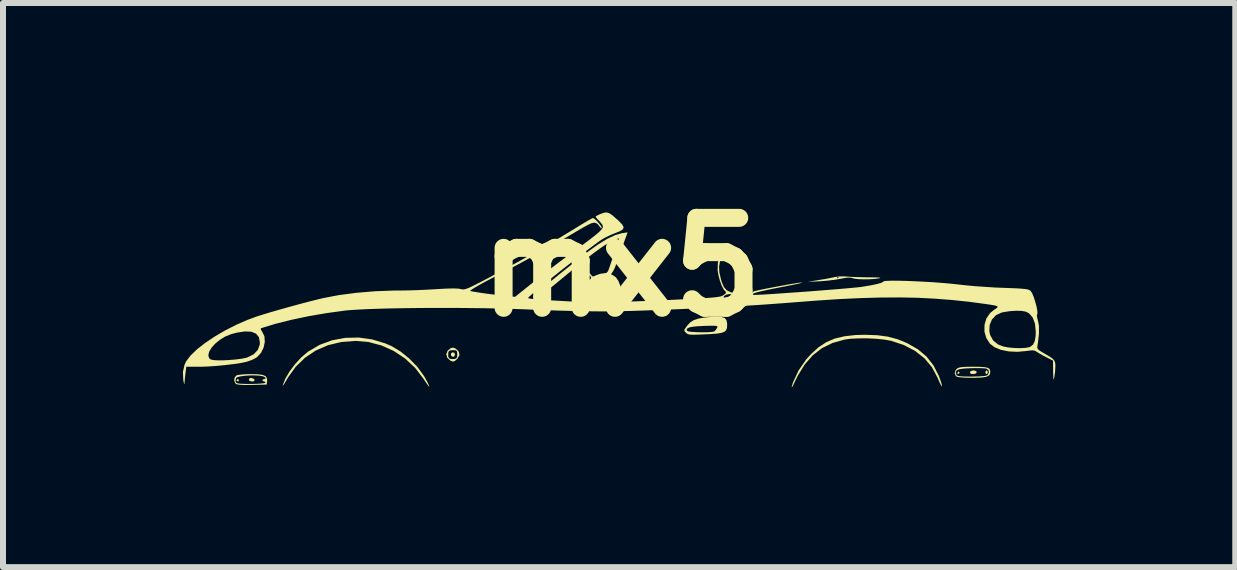
<source format=kicad_pcb>
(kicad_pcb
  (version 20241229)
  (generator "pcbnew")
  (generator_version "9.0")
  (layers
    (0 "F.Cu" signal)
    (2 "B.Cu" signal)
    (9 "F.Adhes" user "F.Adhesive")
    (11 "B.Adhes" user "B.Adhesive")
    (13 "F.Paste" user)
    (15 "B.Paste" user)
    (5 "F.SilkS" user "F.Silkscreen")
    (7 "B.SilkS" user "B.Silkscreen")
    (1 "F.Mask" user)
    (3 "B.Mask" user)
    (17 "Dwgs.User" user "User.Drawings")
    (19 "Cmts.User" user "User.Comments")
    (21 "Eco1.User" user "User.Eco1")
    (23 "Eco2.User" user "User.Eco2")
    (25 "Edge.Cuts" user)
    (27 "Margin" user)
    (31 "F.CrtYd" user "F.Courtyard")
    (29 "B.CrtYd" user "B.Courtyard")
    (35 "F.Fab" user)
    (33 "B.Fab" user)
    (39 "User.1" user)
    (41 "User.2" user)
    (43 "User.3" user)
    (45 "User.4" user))
  (footprint "mx5"
    (layer "F.Cu")
    (at 7.311 1.404)
    (property "Reference" "mx5" (at 0 0 0) (layer "F.SilkS") (effects (font (size 1.5 1.5) (thickness 0.3))))
    (attr board_only exclude_from_pos_files exclude_from_bom)
    (fp_poly (pts (xy 5.639 1.754) (xy 5.627 1.775) (xy 5.616 1.78) (xy 5.599 1.774) (xy 5.6 1.764) (xy 5.617 1.742) (xy 5.623 1.741)) (stroke (width 0) (type solid)) (fill yes) (layer "F.SilkS"))
    (fp_poly (pts (xy -6.376 1.881) (xy -6.376 1.886) (xy -6.391 1.906) (xy -6.396 1.907) (xy -6.416 1.891) (xy -6.417 1.886) (xy -6.401 1.866) (xy -6.396 1.866)) (stroke (width 0) (type solid)) (fill yes) (layer "F.SilkS"))
    (fp_poly (pts (xy -6.126 1.864) (xy -6.114 1.886) (xy -6.134 1.903) (xy -6.159 1.907) (xy -6.202 1.896) (xy -6.212 1.874) (xy -6.196 1.85) (xy -6.167 1.849)) (stroke (width 0) (type solid)) (fill yes) (layer "F.SilkS"))
    (fp_poly (pts (xy 6.107 1.739) (xy 6.109 1.753) (xy 6.098 1.78) (xy 6.089 1.784) (xy 6.07 1.767) (xy 6.068 1.753) (xy 6.079 1.726) (xy 6.089 1.722)) (stroke (width 0) (type solid)) (fill yes) (layer "F.SilkS"))
    (fp_poly (pts (xy -2.791 1.425) (xy -2.786 1.429) (xy -2.774 1.461) (xy -2.789 1.49) (xy -2.809 1.497) (xy -2.835 1.482) (xy -2.84 1.474) (xy -2.843 1.443) (xy -2.821 1.422)) (stroke (width 0) (type solid)) (fill yes) (layer "F.SilkS"))
    (fp_poly (pts (xy 5.915 1.733) (xy 5.925 1.753) (xy 5.908 1.774) (xy 5.87 1.784) (xy 5.83 1.779) (xy 5.816 1.77) (xy 5.81 1.746) (xy 5.836 1.728) (xy 5.875 1.722)) (stroke (width 0) (type solid)) (fill yes) (layer "F.SilkS"))
    (fp_poly (pts (xy -2.759 1.361) (xy -2.71 1.41) (xy -2.7 1.466) (xy -2.731 1.523) (xy -2.737 1.53) (xy -2.779 1.566) (xy -2.81 1.575) (xy -2.848 1.56) (xy -2.854 1.557) (xy -2.905 1.509) (xy -2.92 1.451) (xy -2.912 1.431) (xy -2.887 1.431) (xy -2.887 1.495) (xy -2.862 1.528) (xy -2.808 1.534) (xy -2.804 1.534) (xy -2.759 1.525) (xy -2.74 1.503) (xy -2.737 1.456) (xy -2.74 1.407) (xy -2.758 1.388) (xy -2.803 1.384) (xy -2.809 1.384) (xy -2.859 1.389) (xy -2.881 1.408) (xy -2.887 1.431) (xy -2.912 1.431) (xy -2.899 1.395) (xy -2.848 1.352) (xy -2.804 1.341)) (stroke (width 0) (type solid)) (fill yes) (layer "F.SilkS"))
    (fp_poly (pts (xy -4.155 1.205) (xy -3.933 1.273) (xy -3.836 1.315) (xy -3.685 1.405) (xy -3.538 1.524) (xy -3.404 1.661) (xy -3.297 1.807) (xy -3.273 1.847) (xy -3.228 1.931) (xy -3.205 1.981) (xy -3.203 1.996) (xy -3.221 1.976) (xy -3.261 1.921) (xy -3.297 1.866) (xy -3.439 1.68) (xy -3.607 1.523) (xy -3.797 1.397) (xy -4.003 1.305) (xy -4.221 1.248) (xy -4.431 1.23) (xy -4.669 1.248) (xy -4.891 1.301) (xy -5.094 1.389) (xy -5.274 1.509) (xy -5.431 1.661) (xy -5.561 1.842) (xy -5.574 1.866) (xy -5.611 1.928) (xy -5.636 1.966) (xy -5.648 1.976) (xy -5.647 1.968) (xy -5.603 1.858) (xy -5.532 1.738) (xy -5.441 1.617) (xy -5.338 1.505) (xy -5.231 1.414) (xy -5.223 1.408) (xy -5.032 1.296) (xy -4.825 1.22) (xy -4.606 1.179) (xy -4.381 1.174)) (stroke (width 0) (type solid)) (fill yes) (layer "F.SilkS"))
    (fp_poly (pts (xy 3.762 0.157) (xy 3.833 0.162) (xy 3.932 0.166) (xy 4.043 0.169) (xy 4.131 0.17) (xy 4.232 0.171) (xy 4.294 0.174) (xy 4.318 0.178) (xy 4.307 0.184) (xy 4.295 0.187) (xy 4.22 0.197) (xy 4.13 0.202) (xy 4.035 0.203) (xy 3.949 0.2) (xy 3.883 0.192) (xy 3.852 0.183) (xy 3.815 0.174) (xy 3.755 0.176) (xy 3.666 0.192) (xy 3.653 0.194) (xy 3.556 0.211) (xy 3.439 0.225) (xy 3.325 0.235) (xy 3.301 0.236) (xy 3.106 0.245) (xy 3.29 0.215) (xy 3.384 0.2) (xy 3.473 0.183) (xy 3.532 0.171) (xy 3.594 0.171) (xy 3.597 0.183) (xy 3.608 0.185) (xy 3.625 0.177) (xy 3.622 0.171) (xy 3.597 0.168) (xy 3.594 0.171) (xy 3.532 0.171) (xy 3.541 0.169) (xy 3.557 0.165) (xy 3.624 0.156) (xy 3.709 0.154)) (stroke (width 0) (type solid)) (fill yes) (layer "F.SilkS"))
    (fp_poly (pts (xy 4.266 1.135) (xy 4.443 1.159) (xy 4.604 1.202) (xy 4.761 1.266) (xy 4.766 1.269) (xy 4.945 1.371) (xy 5.089 1.493) (xy 5.202 1.637) (xy 5.29 1.808) (xy 5.301 1.837) (xy 5.332 1.924) (xy 5.345 1.975) (xy 5.343 1.989) (xy 5.326 1.965) (xy 5.297 1.905) (xy 5.27 1.841) (xy 5.178 1.669) (xy 5.054 1.521) (xy 4.897 1.397) (xy 4.71 1.299) (xy 4.5 1.229) (xy 4.389 1.209) (xy 4.25 1.195) (xy 4.099 1.187) (xy 3.949 1.188) (xy 3.812 1.195) (xy 3.72 1.208) (xy 3.521 1.264) (xy 3.345 1.35) (xy 3.191 1.469) (xy 3.057 1.622) (xy 2.94 1.811) (xy 2.897 1.899) (xy 2.864 1.968) (xy 2.844 2.002) (xy 2.838 2.001) (xy 2.848 1.964) (xy 2.86 1.925) (xy 2.954 1.722) (xy 3.084 1.535) (xy 3.167 1.444) (xy 3.289 1.334) (xy 3.417 1.251) (xy 3.557 1.191) (xy 3.717 1.153) (xy 3.902 1.132) (xy 4.063 1.128)) (stroke (width 0) (type solid)) (fill yes) (layer "F.SilkS"))
    (fp_poly (pts (xy 5.981 1.662) (xy 6.06 1.668) (xy 6.111 1.68) (xy 6.139 1.7) (xy 6.149 1.73) (xy 6.15 1.745) (xy 6.144 1.785) (xy 6.121 1.812) (xy 6.077 1.83) (xy 6.005 1.841) (xy 5.9 1.845) (xy 5.845 1.845) (xy 5.719 1.843) (xy 5.632 1.836) (xy 5.586 1.824) (xy 5.58 1.82) (xy 5.557 1.773) (xy 5.563 1.749) (xy 5.575 1.749) (xy 5.581 1.788) (xy 5.582 1.791) (xy 5.594 1.806) (xy 5.619 1.815) (xy 5.664 1.821) (xy 5.738 1.824) (xy 5.838 1.825) (xy 5.965 1.822) (xy 6.052 1.815) (xy 6.099 1.804) (xy 6.105 1.8) (xy 6.128 1.756) (xy 6.119 1.714) (xy 6.083 1.691) (xy 6.044 1.687) (xy 5.975 1.684) (xy 5.887 1.684) (xy 5.824 1.685) (xy 5.712 1.691) (xy 5.636 1.702) (xy 5.591 1.721) (xy 5.575 1.749) (xy 5.563 1.749) (xy 5.571 1.72) (xy 5.593 1.694) (xy 5.618 1.679) (xy 5.657 1.669) (xy 5.718 1.663) (xy 5.808 1.661) (xy 5.866 1.661)) (stroke (width 0) (type solid)) (fill yes) (layer "F.SilkS"))
    (fp_poly (pts (xy -6.06 1.786) (xy -5.982 1.797) (xy -5.934 1.817) (xy -5.911 1.85) (xy -5.907 1.897) (xy -5.908 1.904) (xy -5.914 1.958) (xy -6.161 1.964) (xy -6.281 1.965) (xy -6.364 1.961) (xy -6.415 1.953) (xy -6.432 1.944) (xy -6.455 1.898) (xy -6.455 1.892) (xy -6.434 1.892) (xy -6.431 1.914) (xy -6.419 1.929) (xy -6.394 1.939) (xy -6.347 1.944) (xy -6.273 1.947) (xy -6.183 1.948) (xy -6.084 1.946) (xy -6.004 1.941) (xy -5.952 1.934) (xy -5.935 1.927) (xy -5.94 1.909) (xy -5.954 1.907) (xy -5.982 1.896) (xy -5.986 1.886) (xy -5.969 1.868) (xy -5.953 1.866) (xy -5.931 1.86) (xy -5.942 1.838) (xy -5.946 1.834) (xy -5.979 1.819) (xy -6.042 1.809) (xy -6.123 1.805) (xy -6.211 1.806) (xy -6.296 1.813) (xy -6.367 1.824) (xy -6.413 1.839) (xy -6.423 1.847) (xy -6.434 1.892) (xy -6.455 1.892) (xy -6.451 1.845) (xy -6.421 1.807) (xy -6.418 1.805) (xy -6.381 1.796) (xy -6.314 1.789) (xy -6.229 1.784) (xy -6.173 1.784)) (stroke (width 0) (type solid)) (fill yes) (layer "F.SilkS"))
    (fp_poly (pts (xy 1.675 0.832) (xy 1.725 0.85) (xy 1.752 0.885) (xy 1.762 0.937) (xy 1.763 0.964) (xy 1.76 1.014) (xy 1.746 1.052) (xy 1.716 1.079) (xy 1.665 1.097) (xy 1.586 1.109) (xy 1.475 1.117) (xy 1.402 1.12) (xy 1.286 1.125) (xy 1.205 1.127) (xy 1.15 1.125) (xy 1.115 1.119) (xy 1.092 1.108) (xy 1.081 1.098) (xy 1.055 1.071) (xy 1.049 1.049) (xy 1.055 1.038) (xy 1.088 1.038) (xy 1.096 1.064) (xy 1.121 1.073) (xy 1.176 1.08) (xy 1.251 1.084) (xy 1.335 1.086) (xy 1.418 1.086) (xy 1.489 1.082) (xy 1.537 1.076) (xy 1.55 1.071) (xy 1.577 1.041) (xy 1.594 1.015) (xy 1.602 0.997) (xy 1.598 0.986) (xy 1.577 0.98) (xy 1.533 0.977) (xy 1.459 0.978) (xy 1.377 0.98) (xy 1.25 0.987) (xy 1.161 0.998) (xy 1.108 1.015) (xy 1.088 1.038) (xy 1.055 1.038) (xy 1.065 1.019) (xy 1.098 0.974) (xy 1.147 0.921) (xy 1.207 0.883) (xy 1.285 0.857) (xy 1.39 0.84) (xy 1.483 0.831) (xy 1.596 0.826)) (stroke (width 0) (type solid)) (fill yes) (layer "F.SilkS"))
    (fp_poly (pts (xy -0.201 -0.898) (xy -0.151 -0.865) (xy -0.085 -0.807) (xy -0.048 -0.774) (xy 0.012 -0.712) (xy 0.037 -0.667) (xy 0.025 -0.631) (xy -0.025 -0.599) (xy -0.087 -0.574) (xy -0.174 -0.539) (xy -0.263 -0.497) (xy -0.314 -0.468) (xy -0.363 -0.436) (xy -0.435 -0.384) (xy -0.526 -0.316) (xy -0.632 -0.236) (xy -0.748 -0.146) (xy -0.87 -0.051) (xy -0.995 0.047) (xy -1.117 0.144) (xy -1.232 0.236) (xy -1.336 0.321) (xy -1.425 0.395) (xy -1.494 0.454) (xy -1.54 0.495) (xy -1.557 0.514) (xy -1.557 0.515) (xy -1.538 0.522) (xy -1.48 0.531) (xy -1.382 0.54) (xy -1.244 0.55) (xy -1.066 0.56) (xy -0.974 0.565) (xy -0.728 0.579) (xy -0.663 0.433) (xy -0.63 0.358) (xy -0.614 0.309) (xy -0.611 0.275) (xy -0.62 0.244) (xy -0.628 0.226) (xy -0.646 0.171) (xy -0.646 0.136) (xy -0.623 0.136) (xy -0.615 0.195) (xy -0.612 0.204) (xy -0.59 0.269) (xy -0.541 0.223) (xy -0.509 0.19) (xy -0.506 0.166) (xy -0.526 0.14) (xy -0.572 0.104) (xy -0.607 0.104) (xy -0.623 0.136) (xy -0.646 0.136) (xy -0.646 0.124) (xy -0.646 0.123) (xy -0.618 0.09) (xy -0.574 0.084) (xy -0.529 0.103) (xy -0.51 0.124) (xy -0.488 0.152) (xy -0.463 0.154) (xy -0.42 0.135) (xy -0.356 0.112) (xy -0.296 0.103) (xy -0.249 0.096) (xy -0.223 0.067) (xy -0.211 0.036) (xy -0.195 -0.01) (xy -0.17 -0.084) (xy -0.137 -0.175) (xy -0.107 -0.26) (xy -0.072 -0.357) (xy -0.05 -0.421) (xy -0.041 -0.459) (xy -0.042 -0.476) (xy -0.054 -0.477) (xy -0.073 -0.471) (xy -0.136 -0.444) (xy -0.203 -0.41) (xy -0.277 -0.366) (xy -0.362 -0.308) (xy -0.461 -0.236) (xy -0.578 -0.145) (xy -0.717 -0.034) (xy -0.881 0.099) (xy -0.992 0.191) (xy -1.138 0.311) (xy -1.254 0.402) (xy -1.342 0.466) (xy -1.4 0.503) (xy -1.427 0.513) (xy -1.465 0.506) (xy -1.476 0.494) (xy -1.461 0.476) (xy -1.417 0.437) (xy -1.349 0.379) (xy -1.262 0.306) (xy -1.159 0.221) (xy -1.044 0.127) (xy -0.922 0.029) (xy -0.796 -0.071) (xy -0.672 -0.169) (xy -0.552 -0.261) (xy -0.55 -0.263) (xy -0.385 -0.381) (xy -0.234 -0.473) (xy -0.101 -0.535) (xy 0.012 -0.567) (xy 0.021 -0.568) (xy 0.103 -0.579) (xy 0.03 -0.377) (xy -0.007 -0.276) (xy -0.043 -0.173) (xy -0.074 -0.085) (xy -0.086 -0.051) (xy -0.113 0.017) (xy -0.14 0.071) (xy -0.158 0.096) (xy -0.174 0.116) (xy -0.155 0.13) (xy -0.144 0.133) (xy -0.093 0.168) (xy -0.05 0.231) (xy -0.019 0.31) (xy -0.008 0.392) (xy -0.012 0.437) (xy -0.042 0.494) (xy -0.089 0.534) (xy -0.154 0.574) (xy 0.051 0.575) (xy 0.122 0.574) (xy 0.227 0.571) (xy 0.36 0.566) (xy 0.513 0.56) (xy 0.681 0.553) (xy 0.856 0.545) (xy 0.953 0.54) (xy 1.142 0.53) (xy 1.295 0.522) (xy 1.415 0.515) (xy 1.508 0.508) (xy 1.577 0.501) (xy 1.581 0.5) (xy 1.702 0.5) (xy 1.713 0.509) (xy 1.734 0.504) (xy 1.772 0.497) (xy 1.834 0.492) (xy 1.883 0.49) (xy 1.999 0.488) (xy 1.896 0.463) (xy 1.805 0.449) (xy 1.748 0.458) (xy 1.714 0.48) (xy 1.702 0.5) (xy 1.581 0.5) (xy 1.626 0.494) (xy 1.662 0.486) (xy 1.686 0.476) (xy 1.705 0.465) (xy 1.707 0.464) (xy 1.742 0.433) (xy 1.745 0.414) (xy 1.735 0.406) (xy 1.705 0.372) (xy 1.672 0.308) (xy 1.642 0.226) (xy 1.618 0.136) (xy 1.604 0.051) (xy 1.604 0.048) (xy 1.606 -0.005) (xy 1.628 -0.005) (xy 1.633 0.087) (xy 1.658 0.196) (xy 1.673 0.249) (xy 1.709 0.333) (xy 1.757 0.387) (xy 1.827 0.42) (xy 1.856 0.428) (xy 1.937 0.443) (xy 1.988 0.44) (xy 2.021 0.414) (xy 2.045 0.363) (xy 2.047 0.359) (xy 2.063 0.262) (xy 2.06 0.144) (xy 2.04 0.02) (xy 2.004 -0.097) (xy 1.957 -0.194) (xy 1.935 -0.225) (xy 1.873 -0.274) (xy 1.809 -0.286) (xy 1.746 -0.263) (xy 1.692 -0.207) (xy 1.651 -0.121) (xy 1.642 -0.09) (xy 1.628 -0.005) (xy 1.606 -0.005) (xy 1.608 -0.075) (xy 1.64 -0.18) (xy 1.697 -0.261) (xy 1.757 -0.303) (xy 1.807 -0.324) (xy 1.844 -0.324) (xy 1.882 -0.306) (xy 1.963 -0.237) (xy 2.024 -0.134) (xy 2.062 0.002) (xy 2.079 0.17) (xy 2.08 0.208) (xy 2.079 0.299) (xy 2.073 0.36) (xy 2.061 0.4) (xy 2.042 0.428) (xy 2.015 0.463) (xy 2.017 0.479) (xy 2.053 0.481) (xy 2.096 0.477) (xy 2.15 0.463) (xy 2.173 0.441) (xy 2.173 0.439) (xy 2.19 0.413) (xy 2.219 0.4) (xy 2.303 0.381) (xy 2.41 0.359) (xy 2.53 0.336) (xy 2.654 0.313) (xy 2.772 0.291) (xy 2.874 0.274) (xy 2.952 0.262) (xy 2.983 0.258) (xy 3.012 0.257) (xy 3.004 0.262) (xy 2.96 0.274) (xy 2.884 0.29) (xy 2.85 0.297) (xy 2.666 0.333) (xy 2.518 0.362) (xy 2.404 0.386) (xy 2.318 0.405) (xy 2.258 0.42) (xy 2.219 0.432) (xy 2.198 0.442) (xy 2.192 0.451) (xy 2.195 0.459) (xy 2.198 0.462) (xy 2.22 0.463) (xy 2.278 0.461) (xy 2.367 0.457) (xy 2.482 0.45) (xy 2.617 0.441) (xy 2.768 0.43) (xy 2.93 0.419) (xy 3.097 0.407) (xy 3.265 0.394) (xy 3.428 0.381) (xy 3.582 0.369) (xy 3.721 0.357) (xy 3.841 0.346) (xy 3.936 0.337) (xy 4.001 0.33) (xy 4.016 0.327) (xy 4.155 0.304) (xy 4.261 0.282) (xy 4.332 0.262) (xy 4.364 0.245) (xy 4.367 0.24) (xy 4.386 0.232) (xy 4.441 0.228) (xy 4.525 0.226) (xy 4.633 0.227) (xy 4.759 0.23) (xy 4.898 0.236) (xy 5.043 0.243) (xy 5.189 0.251) (xy 5.331 0.262) (xy 5.462 0.273) (xy 5.577 0.285) (xy 5.597 0.287) (xy 5.731 0.302) (xy 5.892 0.317) (xy 6.065 0.329) (xy 6.235 0.34) (xy 6.36 0.345) (xy 6.504 0.35) (xy 6.613 0.355) (xy 6.692 0.361) (xy 6.747 0.367) (xy 6.784 0.375) (xy 6.808 0.386) (xy 6.825 0.399) (xy 6.826 0.4) (xy 6.849 0.437) (xy 6.875 0.499) (xy 6.899 0.574) (xy 6.92 0.651) (xy 6.933 0.719) (xy 6.937 0.768) (xy 6.932 0.784) (xy 6.927 0.813) (xy 6.937 0.866) (xy 6.944 0.888) (xy 6.962 0.981) (xy 6.962 1.107) (xy 6.945 1.26) (xy 6.937 1.304) (xy 6.933 1.34) (xy 6.943 1.366) (xy 6.972 1.392) (xy 7.029 1.426) (xy 7.045 1.436) (xy 7.131 1.485) (xy 7.186 1.523) (xy 7.218 1.558) (xy 7.232 1.596) (xy 7.236 1.645) (xy 7.235 1.659) (xy 7.231 1.739) (xy 7.22 1.819) (xy 7.217 1.835) (xy 7.209 1.868) (xy 7.204 1.872) (xy 7.201 1.844) (xy 7.199 1.779) (xy 7.198 1.738) (xy 7.196 1.559) (xy 7.088 1.504) (xy 7.019 1.468) (xy 6.957 1.432) (xy 6.929 1.414) (xy 6.894 1.394) (xy 6.854 1.387) (xy 6.795 1.392) (xy 6.755 1.398) (xy 6.603 1.412) (xy 6.458 1.405) (xy 6.328 1.379) (xy 6.22 1.335) (xy 6.146 1.278) (xy 6.083 1.181) (xy 6.052 1.073) (xy 6.053 1.066) (xy 6.134 1.066) (xy 6.148 1.132) (xy 6.198 1.223) (xy 6.28 1.289) (xy 6.37 1.324) (xy 6.451 1.339) (xy 6.548 1.348) (xy 6.647 1.351) (xy 6.736 1.346) (xy 6.801 1.335) (xy 6.813 1.33) (xy 6.861 1.295) (xy 6.891 1.237) (xy 6.906 1.151) (xy 6.908 1.07) (xy 6.895 0.941) (xy 6.857 0.84) (xy 6.796 0.77) (xy 6.744 0.743) (xy 6.676 0.73) (xy 6.582 0.727) (xy 6.476 0.734) (xy 6.373 0.75) (xy 6.334 0.759) (xy 6.244 0.802) (xy 6.178 0.873) (xy 6.14 0.964) (xy 6.134 1.066) (xy 6.053 1.066) (xy 6.054 0.961) (xy 6.085 0.856) (xy 6.147 0.766) (xy 6.208 0.716) (xy 6.252 0.686) (xy 6.273 0.666) (xy 6.267 0.652) (xy 6.231 0.64) (xy 6.161 0.628) (xy 6.089 0.617) (xy 5.799 0.578) (xy 5.514 0.548) (xy 5.229 0.526) (xy 4.939 0.511) (xy 4.639 0.505) (xy 4.324 0.507) (xy 3.989 0.516) (xy 3.629 0.533) (xy 3.238 0.559) (xy 2.814 0.592) (xy 2.778 0.595) (xy 2.573 0.61) (xy 2.34 0.627) (xy 2.084 0.643) (xy 1.812 0.658) (xy 1.529 0.674) (xy 1.242 0.688) (xy 0.956 0.701) (xy 0.678 0.712) (xy 0.414 0.722) (xy 0.169 0.73) (xy -0.049 0.735) (xy -0.235 0.738) (xy -0.306 0.738) (xy -0.459 0.737) (xy -0.644 0.734) (xy -0.849 0.73) (xy -1.065 0.724) (xy -1.281 0.717) (xy -1.488 0.709) (xy -1.568 0.705) (xy -1.787 0.697) (xy -2.026 0.69) (xy -2.279 0.685) (xy -2.543 0.682) (xy -2.811 0.68) (xy -3.08 0.68) (xy -3.344 0.681) (xy -3.598 0.684) (xy -3.838 0.688) (xy -4.059 0.694) (xy -4.256 0.701) (xy -4.424 0.71) (xy -4.558 0.719) (xy -4.613 0.725) (xy -4.912 0.766) (xy -5.211 0.817) (xy -5.5 0.878) (xy -5.768 0.945) (xy -6.003 1.016) (xy -6.016 1.03) (xy -6 1.062) (xy -5.988 1.079) (xy -5.952 1.154) (xy -5.946 1.245) (xy -5.965 1.34) (xy -6.008 1.428) (xy -6.071 1.497) (xy -6.093 1.513) (xy -6.158 1.546) (xy -6.234 1.573) (xy -6.249 1.578) (xy -6.342 1.598) (xy -6.464 1.616) (xy -6.605 1.633) (xy -6.753 1.647) (xy -6.896 1.657) (xy -7.024 1.661) (xy -7.035 1.661) (xy -7.255 1.661) (xy -7.266 1.748) (xy -7.275 1.823) (xy -7.282 1.896) (xy -7.283 1.907) (xy -7.287 1.947) (xy -7.291 1.953) (xy -7.297 1.924) (xy -7.305 1.882) (xy -7.311 1.747) (xy -7.283 1.624) (xy -7.255 1.567) (xy -7.182 1.471) (xy -7.178 1.468) (xy -6.888 1.468) (xy -6.875 1.517) (xy -6.852 1.537) (xy -6.811 1.549) (xy -6.738 1.554) (xy -6.645 1.554) (xy -6.541 1.549) (xy -6.435 1.54) (xy -6.337 1.528) (xy -6.258 1.512) (xy -6.233 1.504) (xy -6.131 1.453) (xy -6.063 1.381) (xy -6.03 1.292) (xy -6.028 1.253) (xy -6.044 1.168) (xy -6.092 1.109) (xy -6.17 1.077) (xy -6.278 1.072) (xy -6.415 1.093) (xy -6.508 1.118) (xy -6.605 1.157) (xy -6.694 1.211) (xy -6.771 1.274) (xy -6.832 1.341) (xy -6.873 1.408) (xy -6.888 1.468) (xy -7.178 1.468) (xy -7.075 1.369) (xy -6.939 1.263) (xy -6.782 1.158) (xy -6.608 1.056) (xy -6.423 0.962) (xy -6.233 0.879) (xy -6.078 0.822) (xy -5.976 0.79) (xy -5.844 0.75) (xy -5.691 0.706) (xy -5.527 0.66) (xy -5.362 0.615) (xy -5.206 0.574) (xy -5.067 0.539) (xy -4.971 0.516) (xy -4.709 0.466) (xy -4.418 0.428) (xy -4.107 0.402) (xy -3.787 0.39) (xy -3.683 0.39) (xy -3.56 0.388) (xy -3.414 0.384) (xy -3.26 0.377) (xy -3.114 0.369) (xy -3.084 0.367) (xy -2.921 0.358) (xy -2.797 0.355) (xy -2.713 0.359) (xy -2.68 0.365) (xy -2.655 0.371) (xy -2.629 0.371) (xy -2.598 0.365) (xy -2.555 0.35) (xy -2.497 0.324) (xy -2.418 0.284) (xy -2.312 0.23) (xy -2.18 0.16) (xy -1.697 -0.102) (xy -1.229 -0.369) (xy -0.789 -0.635) (xy -0.784 -0.638) (xy -0.686 -0.699) (xy -0.6 -0.75) (xy -0.532 -0.79) (xy -0.488 -0.814) (xy -0.475 -0.82) (xy -0.448 -0.805) (xy -0.409 -0.769) (xy -0.369 -0.723) (xy -0.338 -0.681) (xy -0.328 -0.656) (xy -0.337 -0.646) (xy -0.36 -0.672) (xy -0.39 -0.711) (xy -0.419 -0.734) (xy -0.453 -0.742) (xy -0.499 -0.732) (xy -0.562 -0.703) (xy -0.649 -0.655) (xy -0.744 -0.599) (xy -0.969 -0.466) (xy -1.221 -0.323) (xy -1.489 -0.173) (xy -1.763 -0.024) (xy -2.034 0.119) (xy -2.154 0.182) (xy -2.27 0.243) (xy -2.37 0.298) (xy -2.448 0.343) (xy -2.5 0.376) (xy -2.522 0.395) (xy -2.521 0.398) (xy -2.485 0.406) (xy -2.417 0.417) (xy -2.327 0.431) (xy -2.223 0.445) (xy -2.116 0.459) (xy -2.015 0.472) (xy -1.928 0.481) (xy -1.917 0.482) (xy -1.773 0.495) (xy -1.445 0.232) (xy -1.314 0.129) (xy -1.164 0.013) (xy -1.009 -0.105) (xy -0.862 -0.214) (xy -0.779 -0.275) (xy -0.635 -0.38) (xy -0.522 -0.464) (xy -0.437 -0.531) (xy -0.376 -0.582) (xy -0.337 -0.622) (xy -0.315 -0.652) (xy -0.308 -0.675) (xy -0.308 -0.677) (xy -0.321 -0.711) (xy -0.356 -0.756) (xy -0.369 -0.769) (xy -0.407 -0.809) (xy -0.429 -0.837) (xy -0.431 -0.842) (xy -0.413 -0.856) (xy -0.369 -0.878) (xy -0.338 -0.891) (xy -0.286 -0.908) (xy -0.243 -0.912)) (stroke (width 0) (type solid)) (fill yes) (layer "F.SilkS")))
  (gr_rect
    (start -3 -3)
    (end 17.546 6.406)
    (stroke (width 0.1) (type default))
    (fill no)
    (layer "Edge.Cuts")))
</source>
